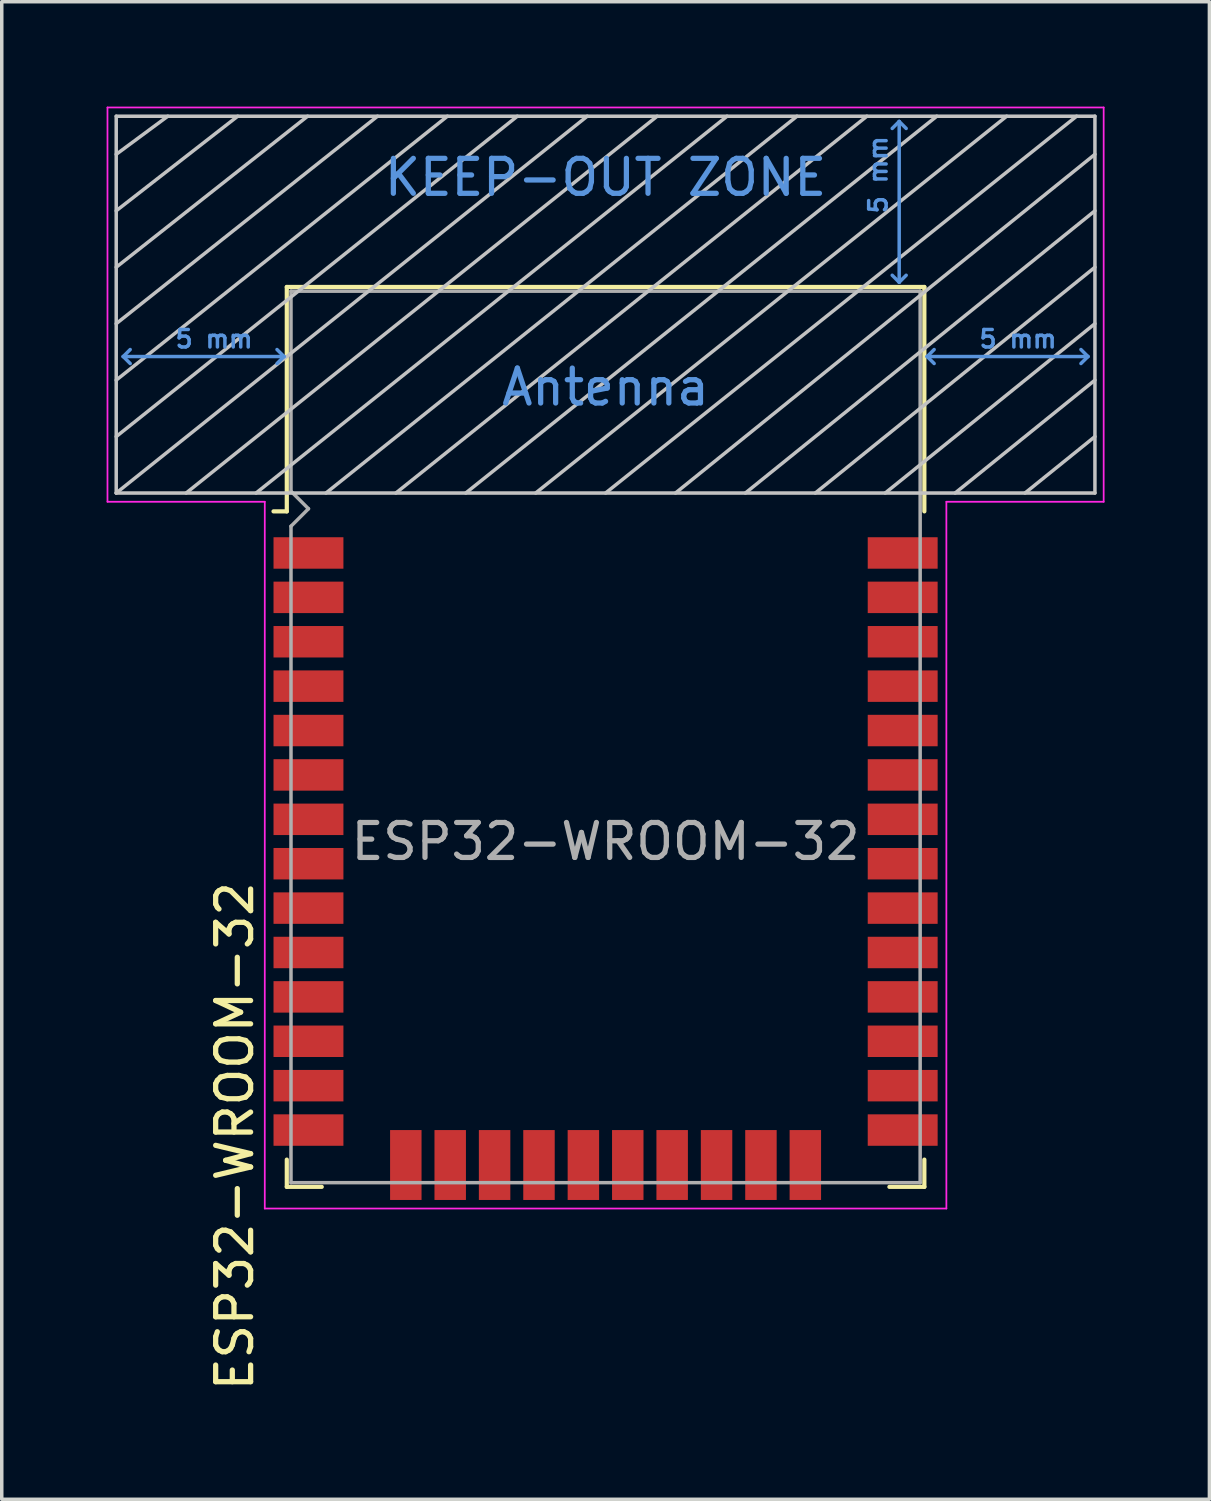
<source format=kicad_pcb>
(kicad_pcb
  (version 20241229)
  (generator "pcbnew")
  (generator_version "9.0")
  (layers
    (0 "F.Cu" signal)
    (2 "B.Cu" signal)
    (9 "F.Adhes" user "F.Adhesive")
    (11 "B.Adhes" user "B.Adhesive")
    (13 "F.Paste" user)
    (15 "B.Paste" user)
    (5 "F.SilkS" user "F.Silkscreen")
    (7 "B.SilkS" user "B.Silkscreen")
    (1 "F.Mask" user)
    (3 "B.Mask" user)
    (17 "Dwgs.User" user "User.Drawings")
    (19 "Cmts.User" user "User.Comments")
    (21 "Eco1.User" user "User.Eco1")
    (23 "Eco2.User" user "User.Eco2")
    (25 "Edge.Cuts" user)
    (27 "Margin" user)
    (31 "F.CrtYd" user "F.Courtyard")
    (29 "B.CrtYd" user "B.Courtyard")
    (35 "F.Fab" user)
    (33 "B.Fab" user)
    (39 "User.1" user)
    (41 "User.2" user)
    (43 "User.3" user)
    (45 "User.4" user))
  (footprint "ESP32-WROOM-32"
    (layer "F.Cu")
    (at 14.275 21.025)
    (property "Reference" "ESP32-WROOM-32" (at -10.61 8.43 90) (layer "F.SilkS") (effects (font (size 1 1) (thickness 0.15))))
    (attr smd)
    (fp_line (start -9.12 -15.865) (end -9.12 -9.445) (stroke (width 0.12) (type solid)) (layer "F.SilkS"))
    (fp_line (start -9.12 -15.865) (end 9.12 -15.865) (stroke (width 0.12) (type solid)) (layer "F.SilkS"))
    (fp_line (start -9.12 -9.445) (end -9.5 -9.445) (stroke (width 0.12) (type solid)) (layer "F.SilkS"))
    (fp_line (start -9.12 9.1) (end -9.12 9.88) (stroke (width 0.12) (type solid)) (layer "F.SilkS"))
    (fp_line (start -9.12 9.88) (end -8.12 9.88) (stroke (width 0.12) (type solid)) (layer "F.SilkS"))
    (fp_line (start 9.12 -15.865) (end 9.12 -9.445) (stroke (width 0.12) (type solid)) (layer "F.SilkS"))
    (fp_line (start 9.12 9.1) (end 9.12 9.88) (stroke (width 0.12) (type solid)) (layer "F.SilkS"))
    (fp_line (start 9.12 9.88) (end 8.12 9.88) (stroke (width 0.12) (type solid)) (layer "F.SilkS"))
    (fp_line (start -14 -9.97) (end -14 -20.75) (stroke (width 0.1) (type solid)) (layer "Dwgs.User"))
    (fp_line (start -12.525 -20.75) (end -14 -19.66) (stroke (width 0.1) (type solid)) (layer "Dwgs.User"))
    (fp_line (start -10.525 -20.75) (end -14 -18.045) (stroke (width 0.1) (type solid)) (layer "Dwgs.User"))
    (fp_line (start -8.525 -20.75) (end -14 -16.43) (stroke (width 0.1) (type solid)) (layer "Dwgs.User"))
    (fp_line (start -8 -9.97) (end 5.475 -20.75) (stroke (width 0.1) (type solid)) (layer "Dwgs.User"))
    (fp_line (start -6.525 -20.75) (end -14 -14.815) (stroke (width 0.1) (type solid)) (layer "Dwgs.User"))
    (fp_line (start -4.525 -20.75) (end -14 -13.2) (stroke (width 0.1) (type solid)) (layer "Dwgs.User"))
    (fp_line (start -2.525 -20.75) (end -14 -11.585) (stroke (width 0.1) (type solid)) (layer "Dwgs.User"))
    (fp_line (start -0.525 -20.75) (end -14 -9.97) (stroke (width 0.1) (type solid)) (layer "Dwgs.User"))
    (fp_line (start 1.475 -20.75) (end -12 -9.97) (stroke (width 0.1) (type solid)) (layer "Dwgs.User"))
    (fp_line (start 3.475 -20.75) (end -10 -9.97) (stroke (width 0.1) (type solid)) (layer "Dwgs.User"))
    (fp_line (start 7.475 -20.75) (end -6 -9.97) (stroke (width 0.1) (type solid)) (layer "Dwgs.User"))
    (fp_line (start 9.475 -20.75) (end -4 -9.97) (stroke (width 0.1) (type solid)) (layer "Dwgs.User"))
    (fp_line (start 11.475 -20.75) (end -2 -9.97) (stroke (width 0.1) (type solid)) (layer "Dwgs.User"))
    (fp_line (start 13.475 -20.75) (end 0 -9.97) (stroke (width 0.1) (type solid)) (layer "Dwgs.User"))
    (fp_line (start 14 -20.75) (end -14 -20.75) (stroke (width 0.1) (type solid)) (layer "Dwgs.User"))
    (fp_line (start 14 -19.66) (end 2 -9.97) (stroke (width 0.1) (type solid)) (layer "Dwgs.User"))
    (fp_line (start 14 -18.045) (end 4 -9.97) (stroke (width 0.1) (type solid)) (layer "Dwgs.User"))
    (fp_line (start 14 -16.43) (end 6 -9.97) (stroke (width 0.1) (type solid)) (layer "Dwgs.User"))
    (fp_line (start 14 -14.815) (end 8 -9.97) (stroke (width 0.1) (type solid)) (layer "Dwgs.User"))
    (fp_line (start 14 -13.2) (end 10 -9.97) (stroke (width 0.1) (type solid)) (layer "Dwgs.User"))
    (fp_line (start 14 -11.585) (end 12 -9.97) (stroke (width 0.1) (type solid)) (layer "Dwgs.User"))
    (fp_line (start 14 -9.97) (end -14 -9.97) (stroke (width 0.1) (type solid)) (layer "Dwgs.User"))
    (fp_line (start 14 -9.97) (end 14 -20.75) (stroke (width 0.1) (type solid)) (layer "Dwgs.User"))
    (fp_line (start -13.8 -13.875) (end -13.6 -14.075) (stroke (width 0.1) (type solid)) (layer "Cmts.User"))
    (fp_line (start -13.8 -13.875) (end -13.6 -13.675) (stroke (width 0.1) (type solid)) (layer "Cmts.User"))
    (fp_line (start -13.8 -13.875) (end -9.2 -13.875) (stroke (width 0.1) (type solid)) (layer "Cmts.User"))
    (fp_line (start -9.2 -13.875) (end -9.4 -14.075) (stroke (width 0.1) (type solid)) (layer "Cmts.User"))
    (fp_line (start -9.2 -13.875) (end -9.4 -13.675) (stroke (width 0.1) (type solid)) (layer "Cmts.User"))
    (fp_line (start 8.4 -20.6) (end 8.2 -20.4) (stroke (width 0.1) (type solid)) (layer "Cmts.User"))
    (fp_line (start 8.4 -20.6) (end 8.6 -20.4) (stroke (width 0.1) (type solid)) (layer "Cmts.User"))
    (fp_line (start 8.4 -16) (end 8.2 -16.2) (stroke (width 0.1) (type solid)) (layer "Cmts.User"))
    (fp_line (start 8.4 -16) (end 8.4 -20.6) (stroke (width 0.1) (type solid)) (layer "Cmts.User"))
    (fp_line (start 8.4 -16) (end 8.6 -16.2) (stroke (width 0.1) (type solid)) (layer "Cmts.User"))
    (fp_line (start 9.2 -13.875) (end 9.4 -14.075) (stroke (width 0.1) (type solid)) (layer "Cmts.User"))
    (fp_line (start 9.2 -13.875) (end 9.4 -13.675) (stroke (width 0.1) (type solid)) (layer "Cmts.User"))
    (fp_line (start 9.2 -13.875) (end 13.8 -13.875) (stroke (width 0.1) (type solid)) (layer "Cmts.User"))
    (fp_line (start 13.8 -13.875) (end 13.6 -14.075) (stroke (width 0.1) (type solid)) (layer "Cmts.User"))
    (fp_line (start 13.8 -13.875) (end 13.6 -13.675) (stroke (width 0.1) (type solid)) (layer "Cmts.User"))
    (fp_line (start -14.25 -21) (end -14.25 -9.72) (stroke (width 0.05) (type solid)) (layer "F.CrtYd"))
    (fp_line (start -14.25 -21) (end 14.25 -21) (stroke (width 0.05) (type solid)) (layer "F.CrtYd"))
    (fp_line (start -14.25 -9.72) (end -9.75 -9.72) (stroke (width 0.05) (type solid)) (layer "F.CrtYd"))
    (fp_line (start -9.75 10.5) (end -9.75 -9.72) (stroke (width 0.05) (type solid)) (layer "F.CrtYd"))
    (fp_line (start -9.75 10.5) (end 9.75 10.5) (stroke (width 0.05) (type solid)) (layer "F.CrtYd"))
    (fp_line (start 9.75 -9.72) (end 9.75 10.5) (stroke (width 0.05) (type solid)) (layer "F.CrtYd"))
    (fp_line (start 9.75 -9.72) (end 14.25 -9.72) (stroke (width 0.05) (type solid)) (layer "F.CrtYd"))
    (fp_line (start 14.25 -21) (end 14.25 -9.72) (stroke (width 0.05) (type solid)) (layer "F.CrtYd"))
    (fp_line (start -9 -15.745) (end -9 -10.02) (stroke (width 0.1) (type solid)) (layer "F.Fab"))
    (fp_line (start -9 -15.745) (end 9 -15.745) (stroke (width 0.1) (type solid)) (layer "F.Fab"))
    (fp_line (start -9 -9.02) (end -9 9.76) (stroke (width 0.1) (type solid)) (layer "F.Fab"))
    (fp_line (start -9 -9.02) (end -8.5 -9.52) (stroke (width 0.1) (type solid)) (layer "F.Fab"))
    (fp_line (start -9 9.76) (end 9 9.76) (stroke (width 0.1) (type solid)) (layer "F.Fab"))
    (fp_line (start -8.5 -9.52) (end -9 -10.02) (stroke (width 0.1) (type solid)) (layer "F.Fab"))
    (fp_line (start 9 9.76) (end 9 -15.745) (stroke (width 0.1) (type solid)) (layer "F.Fab"))
    (fp_text user "5 mm" (at -11.2 -14.375 0) (layer "Cmts.User") (effects (font (size 0.5 0.5) (thickness 0.1))))
    (fp_text user "Antenna" (at 0 -13 0) (layer "Cmts.User") (effects (font (size 1 1) (thickness 0.15))))
    (fp_text user "5 mm" (at 7.8 -19.075 90) (layer "Cmts.User") (effects (font (size 0.5 0.5) (thickness 0.1))))
    (fp_text user "5 mm" (at 11.8 -14.375 0) (layer "Cmts.User") (effects (font (size 0.5 0.5) (thickness 0.1))))
    (fp_text user "KEEP-OUT ZONE" (at 0 -19 0) (layer "Cmts.User") (effects (font (size 1 1) (thickness 0.15))))
    (fp_text user "${REFERENCE}" (at 0 0 0) (layer "F.Fab") (effects (font (size 1 1) (thickness 0.15))))
    (pad "1" smd rect (at -8.5 -8.255) (size 2 0.9) (layers "F.Cu" "F.Mask" "F.Paste"))
    (pad "2" smd rect (at -8.5 -6.985) (size 2 0.9) (layers "F.Cu" "F.Mask" "F.Paste"))
    (pad "3" smd rect (at -8.5 -5.715) (size 2 0.9) (layers "F.Cu" "F.Mask" "F.Paste"))
    (pad "4" smd rect (at -8.5 -4.445) (size 2 0.9) (layers "F.Cu" "F.Mask" "F.Paste"))
    (pad "5" smd rect (at -8.5 -3.175) (size 2 0.9) (layers "F.Cu" "F.Mask" "F.Paste"))
    (pad "6" smd rect (at -8.5 -1.905) (size 2 0.9) (layers "F.Cu" "F.Mask" "F.Paste"))
    (pad "7" smd rect (at -8.5 -0.635) (size 2 0.9) (layers "F.Cu" "F.Mask" "F.Paste"))
    (pad "8" smd rect (at -8.5 0.635) (size 2 0.9) (layers "F.Cu" "F.Mask" "F.Paste"))
    (pad "9" smd rect (at -8.5 1.905) (size 2 0.9) (layers "F.Cu" "F.Mask" "F.Paste"))
    (pad "10" smd rect (at -8.5 3.175) (size 2 0.9) (layers "F.Cu" "F.Mask" "F.Paste"))
    (pad "11" smd rect (at -8.5 4.445) (size 2 0.9) (layers "F.Cu" "F.Mask" "F.Paste"))
    (pad "12" smd rect (at -8.5 5.715) (size 2 0.9) (layers "F.Cu" "F.Mask" "F.Paste"))
    (pad "13" smd rect (at -8.5 6.985) (size 2 0.9) (layers "F.Cu" "F.Mask" "F.Paste"))
    (pad "14" smd rect (at -8.5 8.255) (size 2 0.9) (layers "F.Cu" "F.Mask" "F.Paste"))
    (pad "15" smd rect (at -5.715 9.255 90) (size 2 0.9) (layers "F.Cu" "F.Mask" "F.Paste"))
    (pad "16" smd rect (at -4.445 9.255 90) (size 2 0.9) (layers "F.Cu" "F.Mask" "F.Paste"))
    (pad "17" smd rect (at -3.175 9.255 90) (size 2 0.9) (layers "F.Cu" "F.Mask" "F.Paste"))
    (pad "18" smd rect (at -1.905 9.255 90) (size 2 0.9) (layers "F.Cu" "F.Mask" "F.Paste"))
    (pad "19" smd rect (at -0.635 9.255 90) (size 2 0.9) (layers "F.Cu" "F.Mask" "F.Paste"))
    (pad "20" smd rect (at 0.635 9.255 90) (size 2 0.9) (layers "F.Cu" "F.Mask" "F.Paste"))
    (pad "21" smd rect (at 1.905 9.255 90) (size 2 0.9) (layers "F.Cu" "F.Mask" "F.Paste"))
    (pad "22" smd rect (at 3.175 9.255 90) (size 2 0.9) (layers "F.Cu" "F.Mask" "F.Paste"))
    (pad "23" smd rect (at 4.445 9.255 90) (size 2 0.9) (layers "F.Cu" "F.Mask" "F.Paste"))
    (pad "24" smd rect (at 5.715 9.255 90) (size 2 0.9) (layers "F.Cu" "F.Mask" "F.Paste"))
    (pad "25" smd rect (at 8.5 8.255) (size 2 0.9) (layers "F.Cu" "F.Mask" "F.Paste"))
    (pad "26" smd rect (at 8.5 6.985) (size 2 0.9) (layers "F.Cu" "F.Mask" "F.Paste"))
    (pad "27" smd rect (at 8.5 5.715) (size 2 0.9) (layers "F.Cu" "F.Mask" "F.Paste"))
    (pad "28" smd rect (at 8.5 4.445) (size 2 0.9) (layers "F.Cu" "F.Mask" "F.Paste"))
    (pad "29" smd rect (at 8.5 3.175) (size 2 0.9) (layers "F.Cu" "F.Mask" "F.Paste"))
    (pad "30" smd rect (at 8.5 1.905) (size 2 0.9) (layers "F.Cu" "F.Mask" "F.Paste"))
    (pad "31" smd rect (at 8.5 0.635) (size 2 0.9) (layers "F.Cu" "F.Mask" "F.Paste"))
    (pad "32" smd rect (at 8.5 -0.635) (size 2 0.9) (layers "F.Cu" "F.Mask" "F.Paste"))
    (pad "33" smd rect (at 8.5 -1.905) (size 2 0.9) (layers "F.Cu" "F.Mask" "F.Paste"))
    (pad "34" smd rect (at 8.5 -3.175) (size 2 0.9) (layers "F.Cu" "F.Mask" "F.Paste"))
    (pad "35" smd rect (at 8.5 -4.445) (size 2 0.9) (layers "F.Cu" "F.Mask" "F.Paste"))
    (pad "36" smd rect (at 8.5 -5.715) (size 2 0.9) (layers "F.Cu" "F.Mask" "F.Paste"))
    (pad "37" smd rect (at 8.5 -6.985) (size 2 0.9) (layers "F.Cu" "F.Mask" "F.Paste"))
    (pad "38" smd rect (at 8.5 -8.255) (size 2 0.9) (layers "F.Cu" "F.Mask" "F.Paste")))
  (gr_rect
    (start -3 -3)
    (end 31.55 39.842)
    (stroke (width 0.1) (type default))
    (fill no)
    (layer "Edge.Cuts")))
</source>
